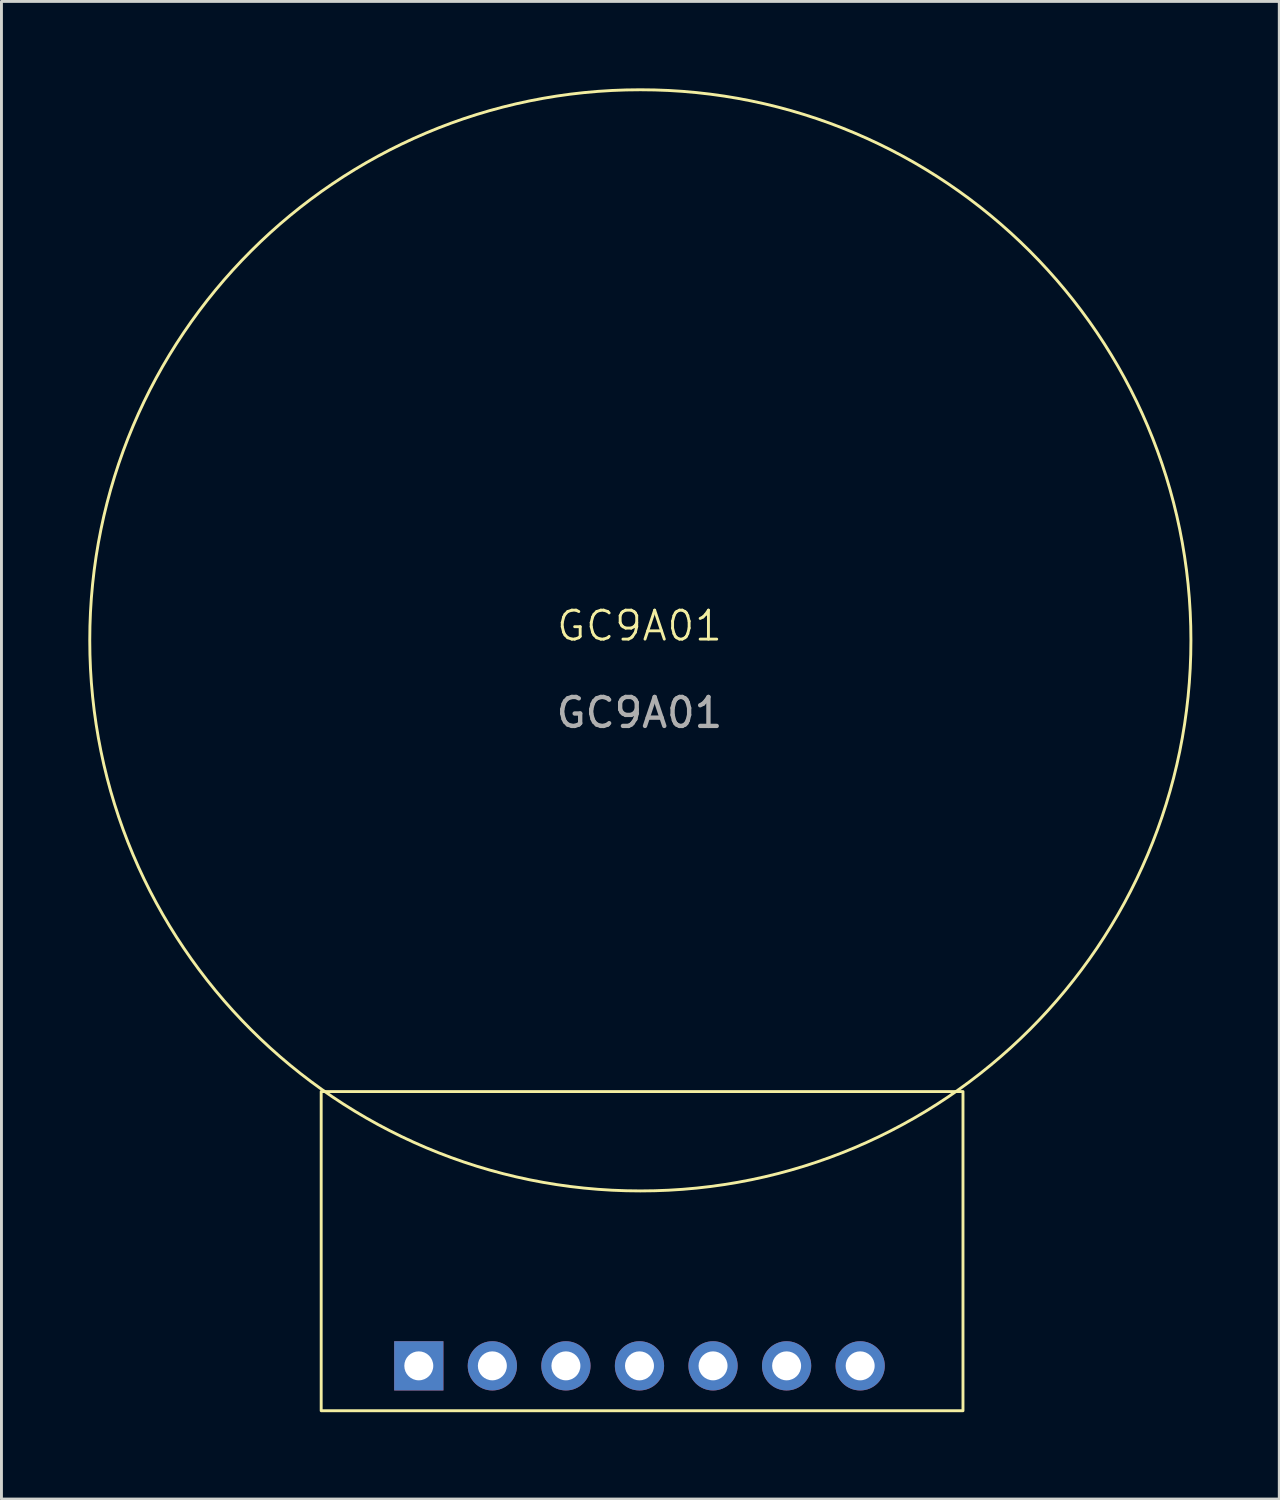
<source format=kicad_pcb>
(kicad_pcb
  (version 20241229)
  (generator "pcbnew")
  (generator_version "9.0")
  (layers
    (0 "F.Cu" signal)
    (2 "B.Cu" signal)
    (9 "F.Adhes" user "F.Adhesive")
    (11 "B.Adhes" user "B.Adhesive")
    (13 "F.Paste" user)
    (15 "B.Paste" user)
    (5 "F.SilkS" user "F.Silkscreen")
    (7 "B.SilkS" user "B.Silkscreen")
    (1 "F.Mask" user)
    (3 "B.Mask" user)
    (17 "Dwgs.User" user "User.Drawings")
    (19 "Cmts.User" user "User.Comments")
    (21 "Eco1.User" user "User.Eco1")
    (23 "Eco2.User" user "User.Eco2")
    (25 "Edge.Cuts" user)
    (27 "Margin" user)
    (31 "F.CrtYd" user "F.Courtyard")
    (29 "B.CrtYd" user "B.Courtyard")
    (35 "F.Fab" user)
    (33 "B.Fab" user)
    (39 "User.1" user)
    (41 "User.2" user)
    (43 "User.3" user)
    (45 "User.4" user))
  (footprint "GC9A01"
    (layer "F.Cu")
    (at 19.03 19.06)
    (property "Reference" "GC9A01" (at 0 -0.5 0) (unlocked yes) (layer "F.SilkS") (effects (font (size 1 1) (thickness 0.1))))
    (attr through_hole)
    (fp_rect (start -10.99 15.58) (end 11.17 26.6) (stroke (width 0.1) (type default)) (fill no) (layer "F.SilkS"))
    (fp_circle (center 0.03 0) (end 15.95 10.39) (stroke (width 0.1) (type default)) (fill no) (layer "F.SilkS"))
    (fp_text user "${REFERENCE}" (at 0 2.5 0) (unlocked yes) (layer "F.Fab") (effects (font (size 1 1) (thickness 0.15))))
    (pad "1" thru_hole rect (at -7.62 25.05 90) (size 1.7 1.7) (drill 1) (layers "*.Cu" "*.Mask"))
    (pad "2" thru_hole oval (at -5.08 25.05 90) (size 1.7 1.7) (drill 1) (layers "*.Cu" "*.Mask"))
    (pad "3" thru_hole oval (at -2.54 25.05 90) (size 1.7 1.7) (drill 1) (layers "*.Cu" "*.Mask"))
    (pad "4" thru_hole oval (at 0 25.05 90) (size 1.7 1.7) (drill 1) (layers "*.Cu" "*.Mask"))
    (pad "5" thru_hole oval (at 2.54 25.05 90) (size 1.7 1.7) (drill 1) (layers "*.Cu" "*.Mask"))
    (pad "6" thru_hole oval (at 5.08 25.05 90) (size 1.7 1.7) (drill 1) (layers "*.Cu" "*.Mask"))
    (pad "7" thru_hole oval (at 7.62 25.05 90) (size 1.7 1.7) (drill 1) (layers "*.Cu" "*.Mask")))
  (gr_rect
    (start -3 -3)
    (end 41.121 48.71)
    (stroke (width 0.1) (type default))
    (fill no)
    (layer "Edge.Cuts")))
</source>
